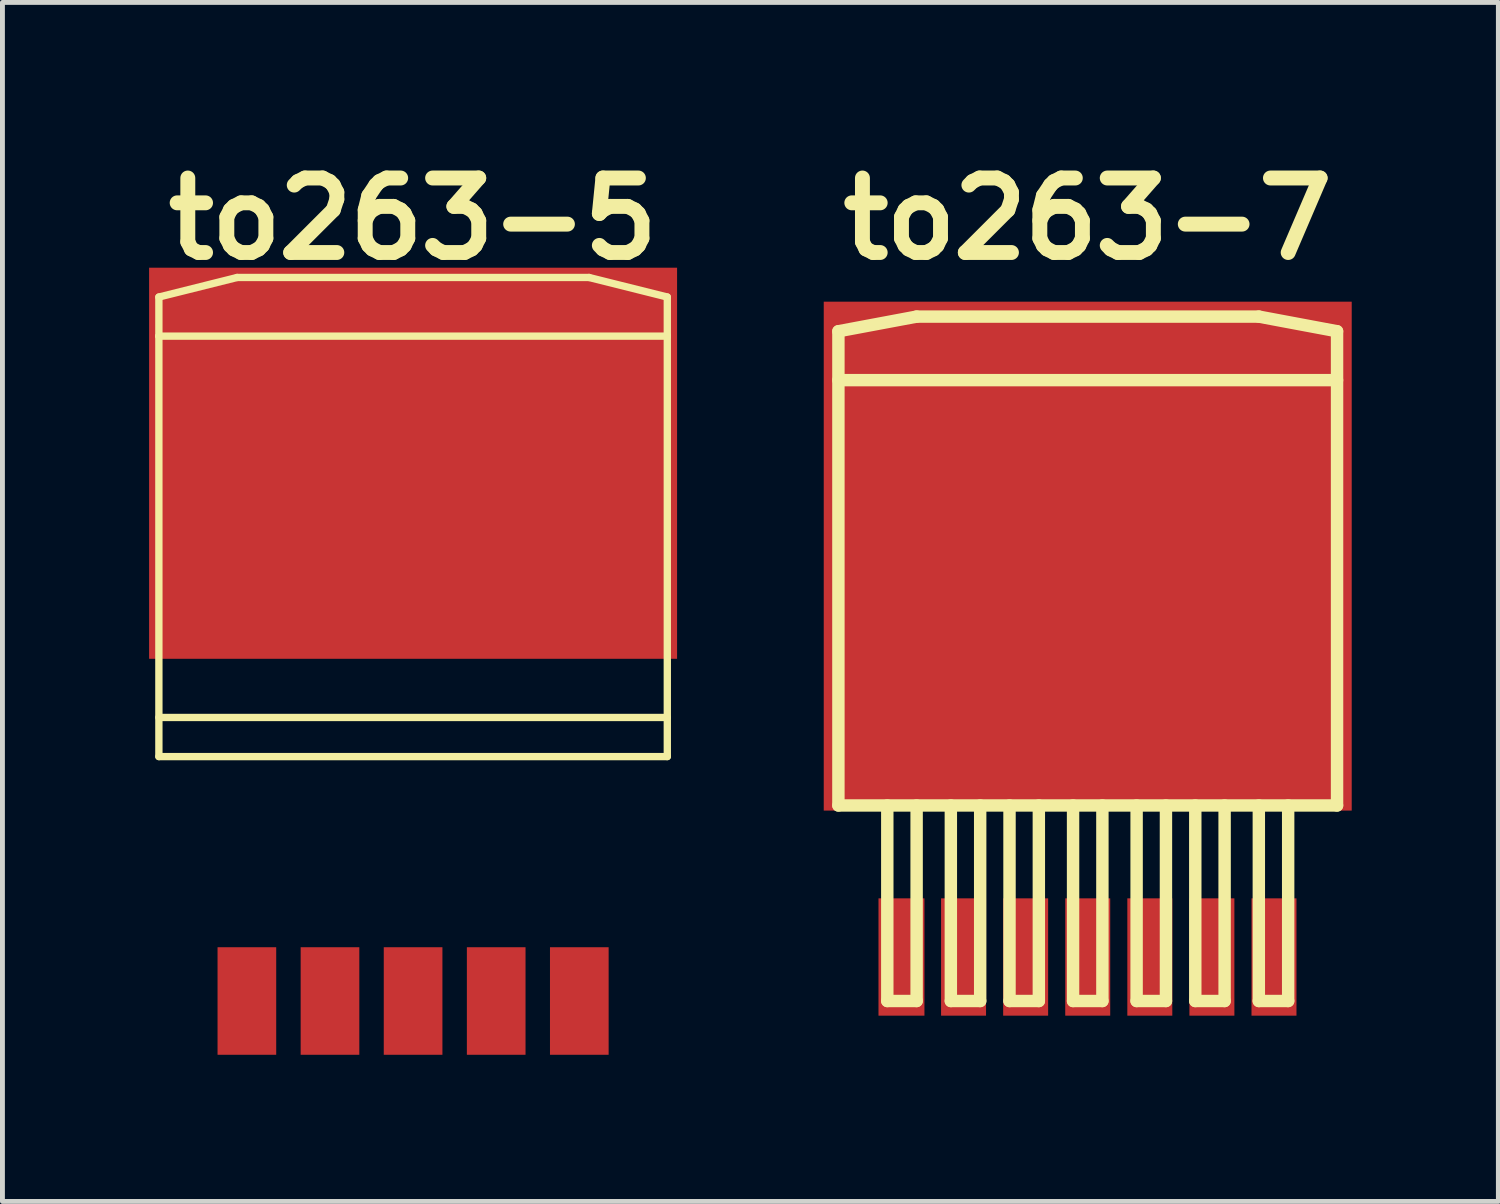
<source format=kicad_pcb>
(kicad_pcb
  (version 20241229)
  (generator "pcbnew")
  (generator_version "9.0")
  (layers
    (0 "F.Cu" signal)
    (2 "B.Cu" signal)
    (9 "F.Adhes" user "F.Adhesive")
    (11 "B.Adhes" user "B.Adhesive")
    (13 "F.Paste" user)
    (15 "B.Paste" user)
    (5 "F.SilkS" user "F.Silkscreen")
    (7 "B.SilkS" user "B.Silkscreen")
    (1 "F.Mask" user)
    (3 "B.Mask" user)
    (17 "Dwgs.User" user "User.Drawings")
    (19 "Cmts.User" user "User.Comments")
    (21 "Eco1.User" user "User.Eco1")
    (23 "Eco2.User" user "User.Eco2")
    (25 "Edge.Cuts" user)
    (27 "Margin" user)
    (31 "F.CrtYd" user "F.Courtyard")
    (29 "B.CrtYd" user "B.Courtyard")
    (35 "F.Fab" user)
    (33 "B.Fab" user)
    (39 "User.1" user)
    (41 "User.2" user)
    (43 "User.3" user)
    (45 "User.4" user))
  (footprint "to263-5"
    (layer "F.Cu")
    (at 5.4 10.426)
    (property "Reference" "to263-5" (at 0 -9 0) (layer "F.SilkS") (effects (font (size 1.524 1.524) (thickness 0.305))))
    (attr through_hole)
    (fp_line (start -5.2 -7.4) (end -5.2 -6.6) (stroke (width 0.15) (type solid)) (layer "F.SilkS"))
    (fp_line (start -5.2 -6.6) (end 5.2 -6.6) (stroke (width 0.15) (type solid)) (layer "F.SilkS"))
    (fp_line (start -5.2 2) (end -5.2 -6.6) (stroke (width 0.15) (type solid)) (layer "F.SilkS"))
    (fp_line (start -3.6 -7.8) (end -5.2 -7.4) (stroke (width 0.15) (type solid)) (layer "F.SilkS"))
    (fp_line (start 3.6 -7.8) (end -3.6 -7.8) (stroke (width 0.15) (type solid)) (layer "F.SilkS"))
    (fp_line (start 5.2 -7.4) (end 3.6 -7.8) (stroke (width 0.15) (type solid)) (layer "F.SilkS"))
    (fp_line (start 5.2 -6.6) (end 5.2 -7.4) (stroke (width 0.15) (type solid)) (layer "F.SilkS"))
    (fp_line (start 5.2 -6.6) (end 5.2 2) (stroke (width 0.15) (type solid)) (layer "F.SilkS"))
    (fp_line (start 5.2 1.2) (end -5.2 1.2) (stroke (width 0.15) (type solid)) (layer "F.SilkS"))
    (fp_line (start 5.2 2) (end -5.2 2) (stroke (width 0.15) (type solid)) (layer "F.SilkS"))
    (pad "1" smd rect (at -3.4 7) (size 1.2 2.2) (layers "F.Cu" "F.Mask" "F.Paste"))
    (pad "2" smd rect (at -1.7 7) (size 1.2 2.2) (layers "F.Cu" "F.Mask" "F.Paste"))
    (pad "3" smd rect (at 0 7) (size 1.2 2.2) (layers "F.Cu" "F.Mask" "F.Paste"))
    (pad "4" smd rect (at 1.7 7) (size 1.2 2.2) (layers "F.Cu" "F.Mask" "F.Paste"))
    (pad "5" smd rect (at 3.4 7) (size 1.2 2.2) (layers "F.Cu" "F.Mask" "F.Paste"))
    (pad "6" smd rect (at 0 -4) (size 10.8 8) (layers "F.Cu" "F.Mask" "F.Paste")))
  (footprint "to263-7"
    (layer "F.Cu")
    (at 19.2 10.426)
    (property "Reference" "to263-7" (at 0 -9 0) (layer "F.SilkS") (effects (font (size 1.524 1.524) (thickness 0.305))))
    (attr through_hole)
    (fp_line (start -5.1 -6.7) (end -5.1 3) (stroke (width 0.254) (type solid)) (layer "F.SilkS"))
    (fp_line (start -5.1 -5.7) (end 5.1 -5.7) (stroke (width 0.254) (type solid)) (layer "F.SilkS"))
    (fp_line (start -5.1 3) (end 5.1 3) (stroke (width 0.254) (type solid)) (layer "F.SilkS"))
    (fp_line (start -4.1 7) (end -4.1 3) (stroke (width 0.254) (type solid)) (layer "F.SilkS"))
    (fp_line (start -4.1 7) (end -3.5 7) (stroke (width 0.254) (type solid)) (layer "F.SilkS"))
    (fp_line (start -3.5 -7) (end -5.1 -6.7) (stroke (width 0.254) (type solid)) (layer "F.SilkS"))
    (fp_line (start -3.5 -7) (end 3.5 -7) (stroke (width 0.254) (type solid)) (layer "F.SilkS"))
    (fp_line (start -3.5 7) (end -3.5 3) (stroke (width 0.254) (type solid)) (layer "F.SilkS"))
    (fp_line (start -2.8 7) (end -2.8 3) (stroke (width 0.254) (type solid)) (layer "F.SilkS"))
    (fp_line (start -2.8 7) (end -2.2 7) (stroke (width 0.254) (type solid)) (layer "F.SilkS"))
    (fp_line (start -2.2 7) (end -2.2 3) (stroke (width 0.254) (type solid)) (layer "F.SilkS"))
    (fp_line (start -1.6 7) (end -1.6 3) (stroke (width 0.254) (type solid)) (layer "F.SilkS"))
    (fp_line (start -1.6 7) (end -1 7) (stroke (width 0.254) (type solid)) (layer "F.SilkS"))
    (fp_line (start -1 7) (end -1 3) (stroke (width 0.254) (type solid)) (layer "F.SilkS"))
    (fp_line (start -0.3 7) (end -0.3 3) (stroke (width 0.254) (type solid)) (layer "F.SilkS"))
    (fp_line (start -0.3 7) (end 0.3 7) (stroke (width 0.254) (type solid)) (layer "F.SilkS"))
    (fp_line (start 0.3 7) (end 0.3 3) (stroke (width 0.254) (type solid)) (layer "F.SilkS"))
    (fp_line (start 1 7) (end 1 3) (stroke (width 0.254) (type solid)) (layer "F.SilkS"))
    (fp_line (start 1 7) (end 1.6 7) (stroke (width 0.254) (type solid)) (layer "F.SilkS"))
    (fp_line (start 1.6 7) (end 1.6 3) (stroke (width 0.254) (type solid)) (layer "F.SilkS"))
    (fp_line (start 2.2 7) (end 2.2 3) (stroke (width 0.254) (type solid)) (layer "F.SilkS"))
    (fp_line (start 2.2 7) (end 2.8 7) (stroke (width 0.254) (type solid)) (layer "F.SilkS"))
    (fp_line (start 2.8 7) (end 2.8 3) (stroke (width 0.254) (type solid)) (layer "F.SilkS"))
    (fp_line (start 3.5 -7) (end 5.1 -6.7) (stroke (width 0.254) (type solid)) (layer "F.SilkS"))
    (fp_line (start 3.5 7) (end 3.5 3) (stroke (width 0.254) (type solid)) (layer "F.SilkS"))
    (fp_line (start 3.5 7) (end 4.1 7) (stroke (width 0.254) (type solid)) (layer "F.SilkS"))
    (fp_line (start 4.1 7) (end 4.1 3) (stroke (width 0.254) (type solid)) (layer "F.SilkS"))
    (fp_line (start 5.1 -6.7) (end 5.1 3) (stroke (width 0.254) (type solid)) (layer "F.SilkS"))
    (pad "1" smd rect (at -3.81 6.1) (size 0.94 2.4) (layers "F.Cu" "F.Mask" "F.Paste"))
    (pad "2" smd rect (at -2.54 6.1) (size 0.92 2.4) (layers "F.Cu" "F.Mask" "F.Paste"))
    (pad "3" smd rect (at -1.27 6.1) (size 0.92 2.4) (layers "F.Cu" "F.Mask" "F.Paste"))
    (pad "4" smd rect (at 0 6.1) (size 0.92 2.4) (layers "F.Cu" "F.Mask" "F.Paste"))
    (pad "5" smd rect (at 1.27 6.1) (size 0.92 2.4) (layers "F.Cu" "F.Mask" "F.Paste"))
    (pad "6" smd rect (at 2.54 6.1) (size 0.92 2.4) (layers "F.Cu" "F.Mask" "F.Paste"))
    (pad "7" smd rect (at 3.81 6.1) (size 0.92 2.4) (layers "F.Cu" "F.Mask" "F.Paste"))
    (pad "8" smd rect (at 0 -2.1) (size 10.8 10.41) (layers "F.Cu" "F.Mask" "F.Paste")))
  (gr_rect
    (start -3 -3)
    (end 27.6 21.526)
    (stroke (width 0.1) (type default))
    (fill no)
    (layer "Edge.Cuts")))
</source>
